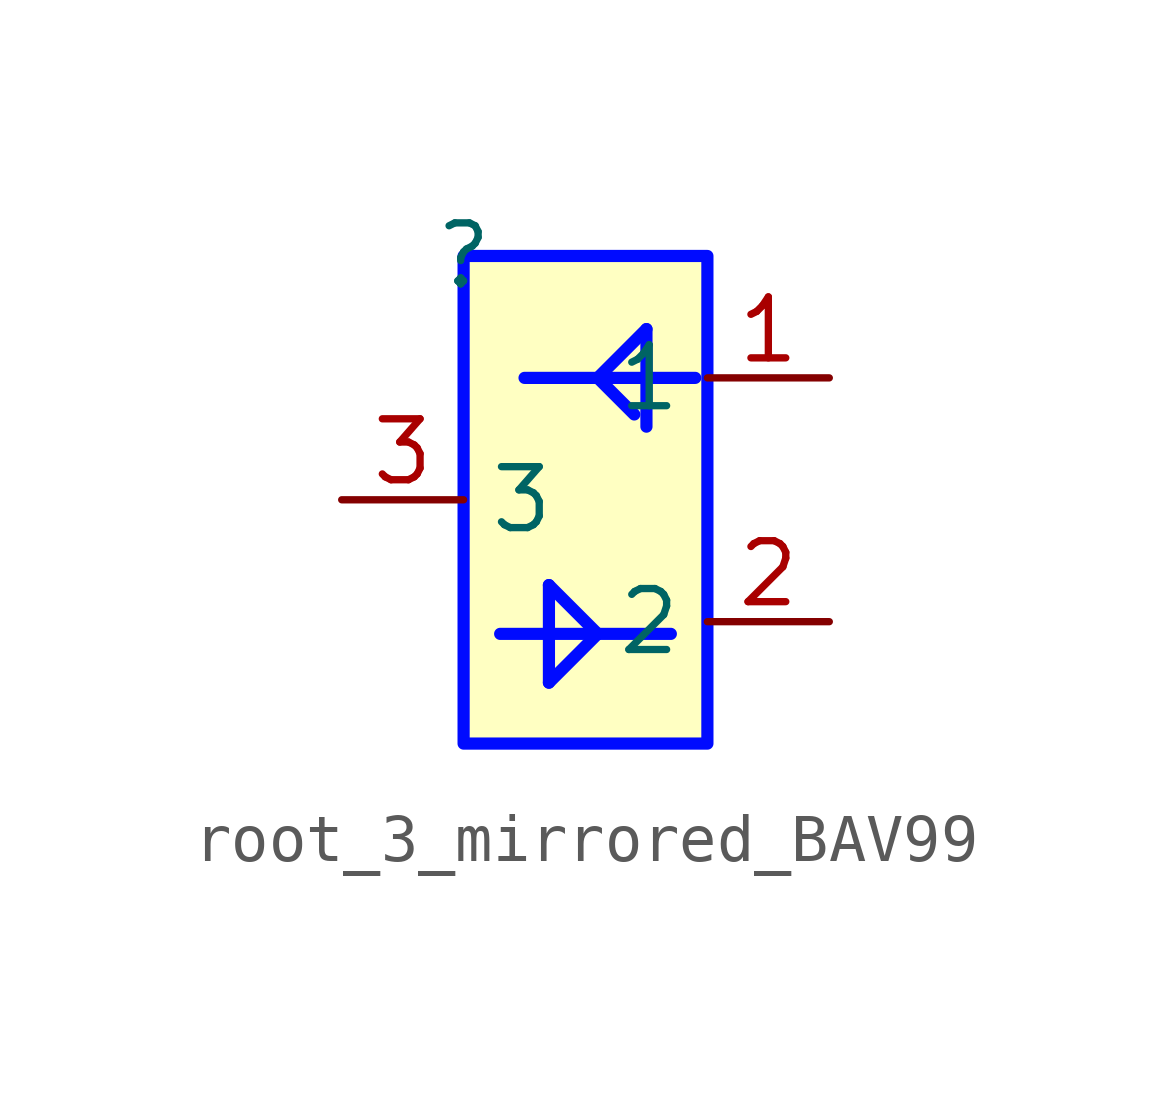
<source format=kicad_sym>
(kicad_symbol_lib
  (version 20231120)
  (generator "kicad_symbol_editor")
  (generator_version "8.0")
  (symbol "root_3_mirrored_BAV99"
    (property "Reference" ""
      (at 0 0 0)
      (effects (font (size 1.27 1.27))))
    (property "Value" ""
      (at 0 0 0)
      (effects (font (size 1.27 1.27))))
    (symbol "root_3_mirrored_BAV99_1_0"
      (polyline (pts (xy 0.762 -7.874) (xy 4.318 -7.874)) (stroke (width 0.254) (type solid) (color 0 11 255 1)) (fill (type none)))
      (polyline (pts (xy 1.27 -2.54) (xy 4.826 -2.54)) (stroke (width 0.254) (type solid) (color 0 11 255 1)) (fill (type none)))
      (polyline (pts (xy 1.778 -6.858) (xy 1.778 -8.89)) (stroke (width 0.254) (type solid) (color 0 11 255 1)) (fill (type none)))
      (polyline (pts (xy 1.778 -6.858) (xy 2.794 -7.874)) (stroke (width 0.254) (type solid) (color 0 11 255 1)) (fill (type none)))
      (polyline (pts (xy 2.794 -7.874) (xy 1.778 -8.89)) (stroke (width 0.254) (type solid) (color 0 11 255 1)) (fill (type none)))
      (polyline (pts (xy 2.794 -2.54) (xy 3.556 -3.302)) (stroke (width 0.254) (type solid) (color 0 11 255 1)) (fill (type none)))
      (polyline (pts (xy 3.81 -1.524) (xy 2.794 -2.54)) (stroke (width 0.254) (type solid) (color 0 11 255 1)) (fill (type none)))
      (polyline (pts (xy 3.81 -1.524) (xy 3.81 -3.556)) (stroke (width 0.254) (type solid) (color 0 11 255 1)) (fill (type none)))
      (rectangle (start 5.08 0) (end 0 -10.16) (stroke (width 0.254) (type solid) (color 0 11 255 1)) (fill (type background)))
      (pin passive line (at 7.62 -2.54 180) (length 2.54) (name "1" (effects (font (size 1.27 1.27)))) (number "1" (effects (font (size 1.27 1.27)))))
      (pin passive line (at 7.62 -7.62 180) (length 2.54) (name "2" (effects (font (size 1.27 1.27)))) (number "2" (effects (font (size 1.27 1.27)))))
      (pin passive line (at -2.54 -5.08 0) (length 2.54) (name "3" (effects (font (size 1.27 1.27)))) (number "3" (effects (font (size 1.27 1.27))))))))
</source>
